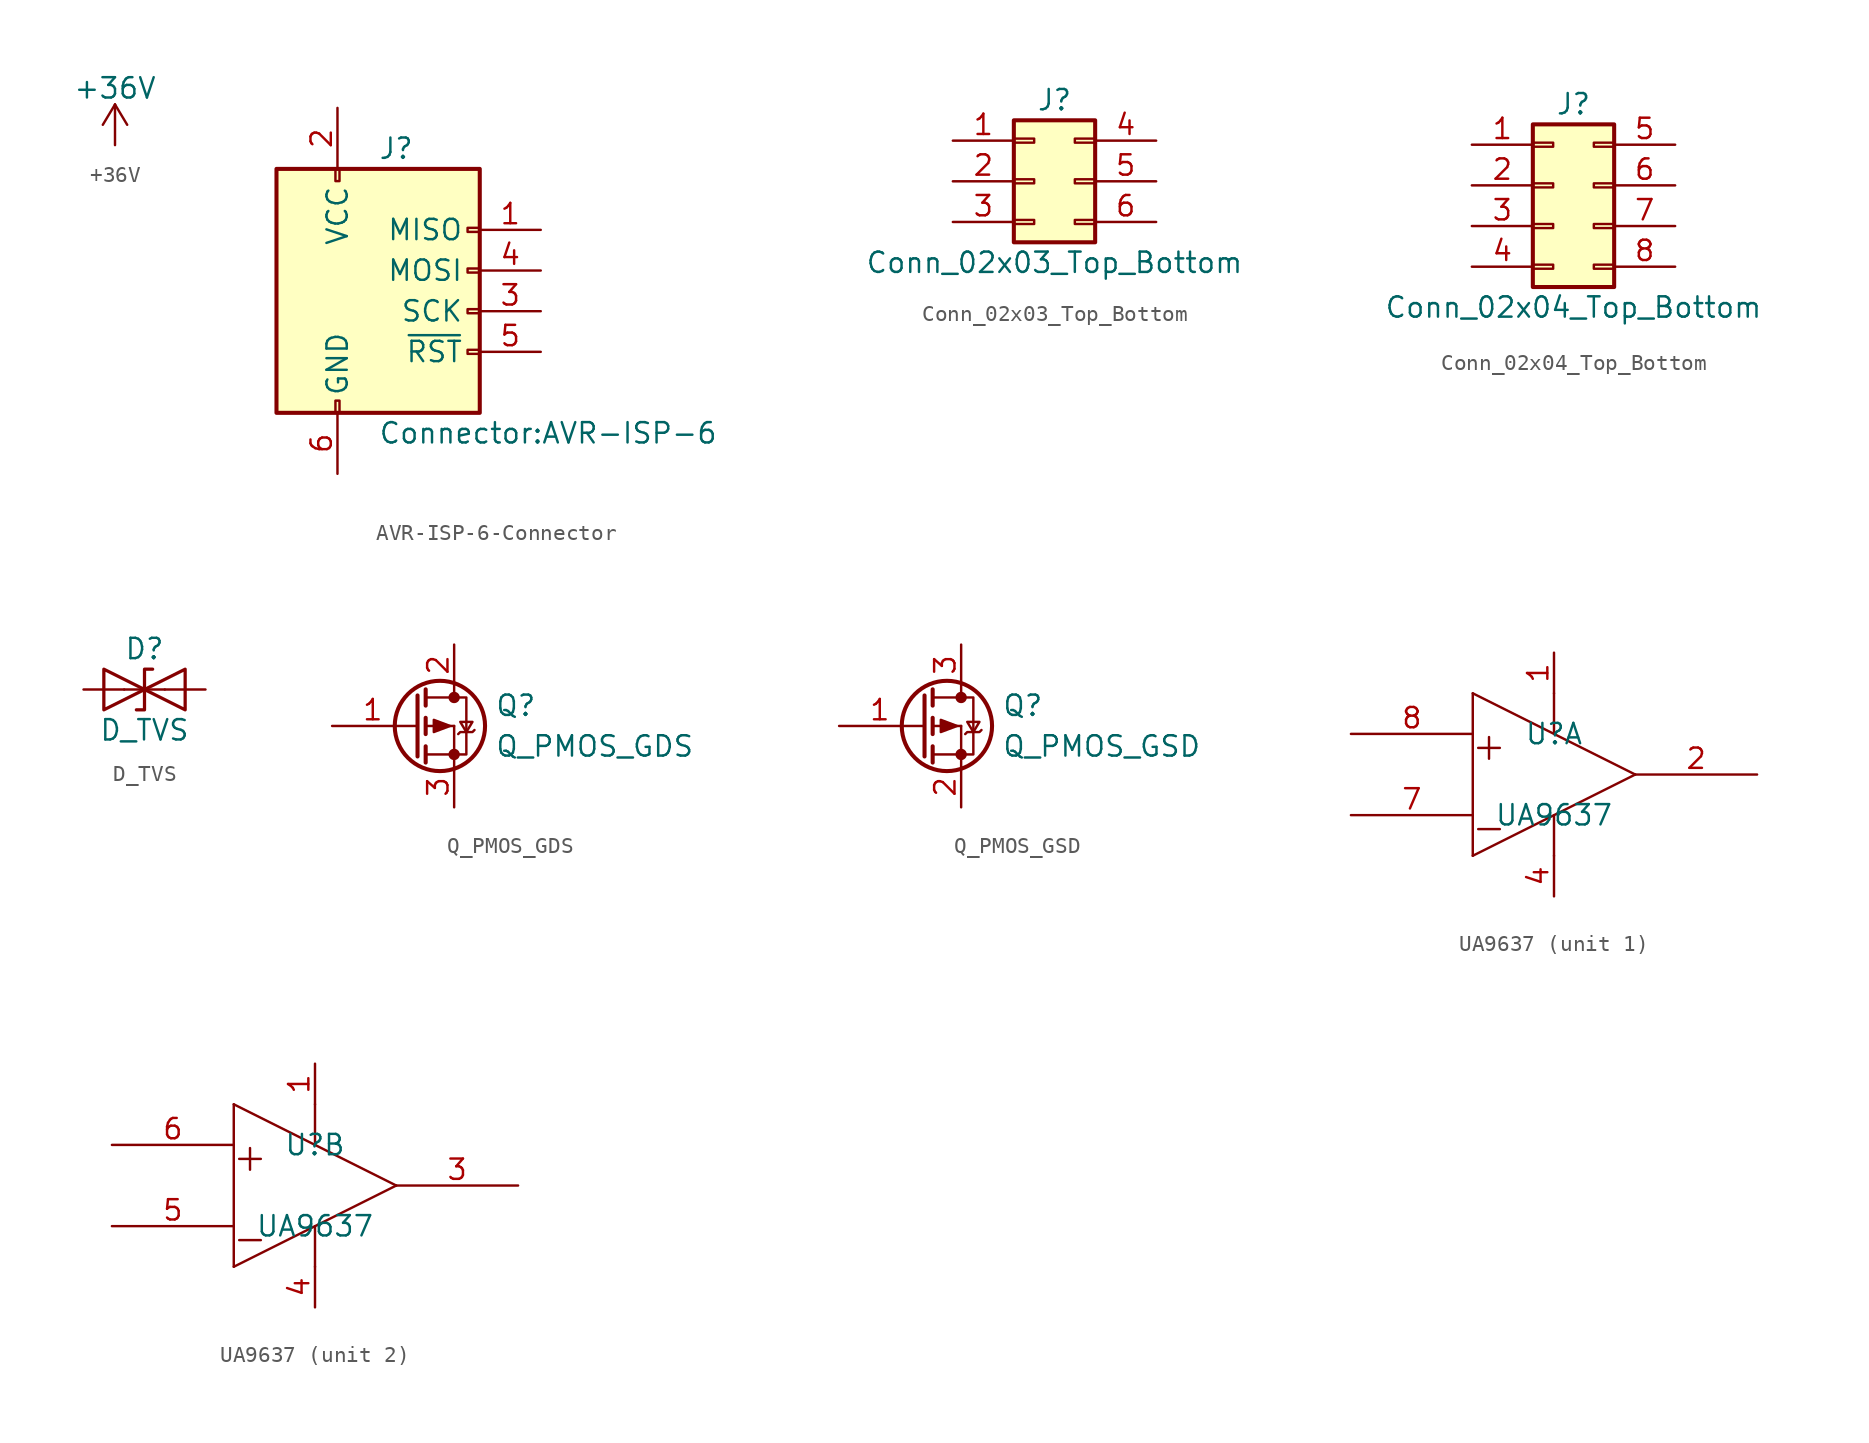
<source format=kicad_sym>
(kicad_symbol_lib
  (version 20231120)
  (generator "kicad_symbol_editor")
  (generator_version "8.0")
  (symbol "+36V"
    (power)
    (pin_names
      (offset 0))
    (property "Reference" "#PWR"
      (at 0 -3.81 0)
      (effects (font (size 1.27 1.27)) (hide yes)))
    (property "Value" "+36V"
      (at 0 3.556 0)
      (effects (font (size 1.27 1.27))))
    (symbol "+36V_0_1"
      (polyline (pts (xy -0.762 1.27) (xy 0 2.54)) (stroke (width 0) (type solid)) (fill (type none)))
      (polyline (pts (xy 0 0) (xy 0 2.54)) (stroke (width 0) (type solid)) (fill (type none)))
      (polyline (pts (xy 0 2.54) (xy 0.762 1.27)) (stroke (width 0) (type solid)) (fill (type none))))
    (symbol "+36V_1_1"
      (pin power_in line (at 0 0 90) (length 0) hide (name "+36V" (effects (font (size 1.27 1.27)))) (number "1" (effects (font (size 1.27 1.27)))))))
  (symbol "AVR-ISP-6-Connector"
    (pin_names
      (offset 1.016))
    (property "Reference" "J"
      (at 0 10.16 0)
      (effects (font (size 1.27 1.27)) (justify left)))
    (property "Value" "Connector:AVR-ISP-6"
      (at 0 -7.62 0)
      (effects (font (size 1.27 1.27)) (justify left)))
    (symbol "AVR-ISP-6-Connector_0_1"
      (rectangle (start -2.667 -5.588) (end -2.413 -6.35) (stroke (width 0) (type solid)) (fill (type none)))
      (rectangle (start -2.667 8.89) (end -2.413 8.128) (stroke (width 0) (type solid)) (fill (type none)))
      (rectangle (start 6.35 -2.413) (end 5.588 -2.667) (stroke (width 0) (type solid)) (fill (type none)))
      (rectangle (start 6.35 0.127) (end 5.588 -0.127) (stroke (width 0) (type solid)) (fill (type none)))
      (rectangle (start 6.35 2.667) (end 5.588 2.413) (stroke (width 0) (type solid)) (fill (type none)))
      (rectangle (start 6.35 5.207) (end 5.588 4.953) (stroke (width 0) (type solid)) (fill (type none)))
      (rectangle (start 6.35 8.89) (end -6.35 -6.35) (stroke (width 0.254) (type solid)) (fill (type background))))
    (symbol "AVR-ISP-6-Connector_1_1"
      (pin passive line (at 10.16 5.08 180) (length 3.81) (name "MISO" (effects (font (size 1.27 1.27)))) (number "1" (effects (font (size 1.27 1.27)))))
      (pin power_in line (at -2.54 12.7 270) (length 3.81) (name "VCC" (effects (font (size 1.27 1.27)))) (number "2" (effects (font (size 1.27 1.27)))))
      (pin passive line (at 10.16 0 180) (length 3.81) (name "SCK" (effects (font (size 1.27 1.27)))) (number "3" (effects (font (size 1.27 1.27)))))
      (pin passive line (at 10.16 2.54 180) (length 3.81) (name "MOSI" (effects (font (size 1.27 1.27)))) (number "4" (effects (font (size 1.27 1.27)))))
      (pin passive line (at 10.16 -2.54 180) (length 3.81) (name "~{RST}" (effects (font (size 1.27 1.27)))) (number "5" (effects (font (size 1.27 1.27)))))
      (pin power_in line (at -2.54 -10.16 90) (length 3.81) (name "GND" (effects (font (size 1.27 1.27)))) (number "6" (effects (font (size 1.27 1.27)))))))
  (symbol "Conn_02x03_Top_Bottom"
    (pin_names
      (offset 1.016) hide)
    (property "Reference" "J"
      (at 1.27 5.08 0)
      (effects (font (size 1.27 1.27))))
    (property "Value" "Conn_02x03_Top_Bottom"
      (at 1.27 -5.08 0)
      (effects (font (size 1.27 1.27))))
    (symbol "Conn_02x03_Top_Bottom_1_1"
      (rectangle (start -1.27 -2.413) (end 0 -2.667) (stroke (width 0.152) (type solid)) (fill (type none)))
      (rectangle (start -1.27 0.127) (end 0 -0.127) (stroke (width 0.152) (type solid)) (fill (type none)))
      (rectangle (start -1.27 2.667) (end 0 2.413) (stroke (width 0.152) (type solid)) (fill (type none)))
      (rectangle (start -1.27 3.81) (end 3.81 -3.81) (stroke (width 0.254) (type solid)) (fill (type background)))
      (rectangle (start 3.81 -2.413) (end 2.54 -2.667) (stroke (width 0.152) (type solid)) (fill (type none)))
      (rectangle (start 3.81 0.127) (end 2.54 -0.127) (stroke (width 0.152) (type solid)) (fill (type none)))
      (rectangle (start 3.81 2.667) (end 2.54 2.413) (stroke (width 0.152) (type solid)) (fill (type none)))
      (pin passive line (at -5.08 2.54 0) (length 3.81) (name "Pin_1" (effects (font (size 1.27 1.27)))) (number "1" (effects (font (size 1.27 1.27)))))
      (pin passive line (at -5.08 0 0) (length 3.81) (name "Pin_2" (effects (font (size 1.27 1.27)))) (number "2" (effects (font (size 1.27 1.27)))))
      (pin passive line (at -5.08 -2.54 0) (length 3.81) (name "Pin_3" (effects (font (size 1.27 1.27)))) (number "3" (effects (font (size 1.27 1.27)))))
      (pin passive line (at 7.62 2.54 180) (length 3.81) (name "Pin_4" (effects (font (size 1.27 1.27)))) (number "4" (effects (font (size 1.27 1.27)))))
      (pin passive line (at 7.62 0 180) (length 3.81) (name "Pin_5" (effects (font (size 1.27 1.27)))) (number "5" (effects (font (size 1.27 1.27)))))
      (pin passive line (at 7.62 -2.54 180) (length 3.81) (name "Pin_6" (effects (font (size 1.27 1.27)))) (number "6" (effects (font (size 1.27 1.27)))))))
  (symbol "Conn_02x04_Top_Bottom"
    (pin_names
      (offset 1.016) hide)
    (property "Reference" "J"
      (at 1.27 5.08 0)
      (effects (font (size 1.27 1.27))))
    (property "Value" "Conn_02x04_Top_Bottom"
      (at 1.27 -7.62 0)
      (effects (font (size 1.27 1.27))))
    (symbol "Conn_02x04_Top_Bottom_1_1"
      (rectangle (start -1.27 -4.953) (end 0 -5.207) (stroke (width 0.152) (type solid)) (fill (type none)))
      (rectangle (start -1.27 -2.413) (end 0 -2.667) (stroke (width 0.152) (type solid)) (fill (type none)))
      (rectangle (start -1.27 0.127) (end 0 -0.127) (stroke (width 0.152) (type solid)) (fill (type none)))
      (rectangle (start -1.27 2.667) (end 0 2.413) (stroke (width 0.152) (type solid)) (fill (type none)))
      (rectangle (start -1.27 3.81) (end 3.81 -6.35) (stroke (width 0.254) (type solid)) (fill (type background)))
      (rectangle (start 3.81 -4.953) (end 2.54 -5.207) (stroke (width 0.152) (type solid)) (fill (type none)))
      (rectangle (start 3.81 -2.413) (end 2.54 -2.667) (stroke (width 0.152) (type solid)) (fill (type none)))
      (rectangle (start 3.81 0.127) (end 2.54 -0.127) (stroke (width 0.152) (type solid)) (fill (type none)))
      (rectangle (start 3.81 2.667) (end 2.54 2.413) (stroke (width 0.152) (type solid)) (fill (type none)))
      (pin passive line (at -5.08 2.54 0) (length 3.81) (name "Pin_1" (effects (font (size 1.27 1.27)))) (number "1" (effects (font (size 1.27 1.27)))))
      (pin passive line (at -5.08 0 0) (length 3.81) (name "Pin_2" (effects (font (size 1.27 1.27)))) (number "2" (effects (font (size 1.27 1.27)))))
      (pin passive line (at -5.08 -2.54 0) (length 3.81) (name "Pin_3" (effects (font (size 1.27 1.27)))) (number "3" (effects (font (size 1.27 1.27)))))
      (pin passive line (at -5.08 -5.08 0) (length 3.81) (name "Pin_4" (effects (font (size 1.27 1.27)))) (number "4" (effects (font (size 1.27 1.27)))))
      (pin passive line (at 7.62 2.54 180) (length 3.81) (name "Pin_5" (effects (font (size 1.27 1.27)))) (number "5" (effects (font (size 1.27 1.27)))))
      (pin passive line (at 7.62 0 180) (length 3.81) (name "Pin_6" (effects (font (size 1.27 1.27)))) (number "6" (effects (font (size 1.27 1.27)))))
      (pin passive line (at 7.62 -2.54 180) (length 3.81) (name "Pin_7" (effects (font (size 1.27 1.27)))) (number "7" (effects (font (size 1.27 1.27)))))
      (pin passive line (at 7.62 -5.08 180) (length 3.81) (name "Pin_8" (effects (font (size 1.27 1.27)))) (number "8" (effects (font (size 1.27 1.27)))))))
  (symbol "D_TVS"
    (pin_numbers hide)
    (pin_names
      (offset 1.016) hide)
    (property "Reference" "D"
      (at 0 2.54 0)
      (effects (font (size 1.27 1.27))))
    (property "Value" "D_TVS"
      (at 0 -2.54 0)
      (effects (font (size 1.27 1.27))))
    (symbol "D_TVS_0_1"
      (polyline (pts (xy 1.27 0) (xy -1.27 0)) (stroke (width 0) (type solid)) (fill (type none)))
      (polyline (pts (xy -2.54 -1.27) (xy 0 0) (xy -2.54 1.27) (xy -2.54 -1.27)) (stroke (width 0.203) (type solid)) (fill (type none)))
      (polyline (pts (xy 0.508 1.27) (xy 0 1.27) (xy 0 -1.27) (xy -0.508 -1.27)) (stroke (width 0.203) (type solid)) (fill (type none)))
      (polyline (pts (xy 2.54 1.27) (xy 2.54 -1.27) (xy 0 0) (xy 2.54 1.27)) (stroke (width 0.203) (type solid)) (fill (type none))))
    (symbol "D_TVS_1_1"
      (pin passive line (at -3.81 0 0) (length 2.54) (name "A1" (effects (font (size 1.27 1.27)))) (number "1" (effects (font (size 1.27 1.27)))))
      (pin passive line (at 3.81 0 180) (length 2.54) (name "A2" (effects (font (size 1.27 1.27)))) (number "2" (effects (font (size 1.27 1.27)))))))
  (symbol "Q_PMOS_GDS"
    (pin_names
      (offset 0) hide)
    (property "Reference" "Q"
      (at 5.08 1.27 0)
      (effects (font (size 1.27 1.27)) (justify left)))
    (property "Value" "Q_PMOS_GDS"
      (at 5.08 -1.27 0)
      (effects (font (size 1.27 1.27)) (justify left)))
    (symbol "Q_PMOS_GDS_0_1"
      (polyline (pts (xy 0.051 0) (xy 0.254 0)) (stroke (width 0) (type solid)) (fill (type none)))
      (polyline (pts (xy 0.762 -1.778) (xy 2.54 -1.778)) (stroke (width 0) (type solid)) (fill (type none)))
      (polyline (pts (xy 0.762 -1.27) (xy 0.762 -2.286)) (stroke (width 0.254) (type solid)) (fill (type none)))
      (polyline (pts (xy 0.762 0) (xy 2.54 0)) (stroke (width 0) (type solid)) (fill (type none)))
      (polyline (pts (xy 0.762 0.508) (xy 0.762 -0.508)) (stroke (width 0.254) (type solid)) (fill (type none)))
      (polyline (pts (xy 0.762 1.778) (xy 2.54 1.778)) (stroke (width 0) (type solid)) (fill (type none)))
      (polyline (pts (xy 0.762 2.286) (xy 0.762 1.27)) (stroke (width 0.254) (type solid)) (fill (type none)))
      (polyline (pts (xy 2.54 -1.778) (xy 2.54 -2.54)) (stroke (width 0) (type solid)) (fill (type none)))
      (polyline (pts (xy 2.54 -1.778) (xy 2.54 0)) (stroke (width 0) (type solid)) (fill (type none)))
      (polyline (pts (xy 2.54 2.54) (xy 2.54 1.778)) (stroke (width 0) (type solid)) (fill (type none)))
      (polyline (pts (xy 0.254 1.905) (xy 0.254 -1.905) (xy 0.254 -1.905)) (stroke (width 0.254) (type solid)) (fill (type none)))
      (polyline (pts (xy 2.286 0) (xy 1.27 -0.381) (xy 1.27 0.381) (xy 2.286 0)) (stroke (width 0) (type solid)) (fill (type outline)))
      (polyline (pts (xy 2.54 -1.778) (xy 3.302 -1.778) (xy 3.302 1.778) (xy 2.54 1.778)) (stroke (width 0) (type solid)) (fill (type none)))
      (polyline (pts (xy 2.794 -0.508) (xy 2.921 -0.381) (xy 3.683 -0.381) (xy 3.81 -0.254)) (stroke (width 0) (type solid)) (fill (type none)))
      (polyline (pts (xy 3.302 -0.381) (xy 2.921 0.254) (xy 3.683 0.254) (xy 3.302 -0.381)) (stroke (width 0) (type solid)) (fill (type none)))
      (circle (center 1.651 0) (radius 2.819) (stroke (width 0.254) (type solid)) (fill (type none)))
      (circle (center 2.54 -1.778) (radius 0.279) (stroke (width 0) (type solid)) (fill (type outline)))
      (circle (center 2.54 1.778) (radius 0.279) (stroke (width 0) (type solid)) (fill (type outline))))
    (symbol "Q_PMOS_GDS_1_1"
      (pin input line (at -5.08 0 0) (length 5.08) (name "G" (effects (font (size 1.27 1.27)))) (number "1" (effects (font (size 1.27 1.27)))))
      (pin passive line (at 2.54 5.08 270) (length 2.54) (name "D" (effects (font (size 1.27 1.27)))) (number "2" (effects (font (size 1.27 1.27)))))
      (pin passive line (at 2.54 -5.08 90) (length 2.54) (name "S" (effects (font (size 1.27 1.27)))) (number "3" (effects (font (size 1.27 1.27)))))))
  (symbol "Q_PMOS_GSD"
    (pin_names
      (offset 0) hide)
    (property "Reference" "Q"
      (at 5.08 1.27 0)
      (effects (font (size 1.27 1.27)) (justify left)))
    (property "Value" "Q_PMOS_GSD"
      (at 5.08 -1.27 0)
      (effects (font (size 1.27 1.27)) (justify left)))
    (symbol "Q_PMOS_GSD_0_1"
      (polyline (pts (xy 0.051 0) (xy 0.254 0)) (stroke (width 0) (type solid)) (fill (type none)))
      (polyline (pts (xy 0.762 -1.778) (xy 2.54 -1.778)) (stroke (width 0) (type solid)) (fill (type none)))
      (polyline (pts (xy 0.762 -1.27) (xy 0.762 -2.286)) (stroke (width 0.254) (type solid)) (fill (type none)))
      (polyline (pts (xy 0.762 0) (xy 2.54 0)) (stroke (width 0) (type solid)) (fill (type none)))
      (polyline (pts (xy 0.762 0.508) (xy 0.762 -0.508)) (stroke (width 0.254) (type solid)) (fill (type none)))
      (polyline (pts (xy 0.762 1.778) (xy 2.54 1.778)) (stroke (width 0) (type solid)) (fill (type none)))
      (polyline (pts (xy 0.762 2.286) (xy 0.762 1.27)) (stroke (width 0.254) (type solid)) (fill (type none)))
      (polyline (pts (xy 2.54 -1.778) (xy 2.54 -2.54)) (stroke (width 0) (type solid)) (fill (type none)))
      (polyline (pts (xy 2.54 -1.778) (xy 2.54 0)) (stroke (width 0) (type solid)) (fill (type none)))
      (polyline (pts (xy 2.54 2.54) (xy 2.54 1.778)) (stroke (width 0) (type solid)) (fill (type none)))
      (polyline (pts (xy 0.254 1.905) (xy 0.254 -1.905) (xy 0.254 -1.905)) (stroke (width 0.254) (type solid)) (fill (type none)))
      (polyline (pts (xy 2.286 0) (xy 1.27 -0.381) (xy 1.27 0.381) (xy 2.286 0)) (stroke (width 0) (type solid)) (fill (type outline)))
      (polyline (pts (xy 2.54 -1.778) (xy 3.302 -1.778) (xy 3.302 1.778) (xy 2.54 1.778)) (stroke (width 0) (type solid)) (fill (type none)))
      (polyline (pts (xy 2.794 -0.508) (xy 2.921 -0.381) (xy 3.683 -0.381) (xy 3.81 -0.254)) (stroke (width 0) (type solid)) (fill (type none)))
      (polyline (pts (xy 3.302 -0.381) (xy 2.921 0.254) (xy 3.683 0.254) (xy 3.302 -0.381)) (stroke (width 0) (type solid)) (fill (type none)))
      (circle (center 1.651 0) (radius 2.819) (stroke (width 0.254) (type solid)) (fill (type none)))
      (circle (center 2.54 -1.778) (radius 0.279) (stroke (width 0) (type solid)) (fill (type outline)))
      (circle (center 2.54 1.778) (radius 0.279) (stroke (width 0) (type solid)) (fill (type outline))))
    (symbol "Q_PMOS_GSD_1_1"
      (pin input line (at -5.08 0 0) (length 5.08) (name "G" (effects (font (size 1.27 1.27)))) (number "1" (effects (font (size 1.27 1.27)))))
      (pin passive line (at 2.54 -5.08 90) (length 2.54) (name "S" (effects (font (size 1.27 1.27)))) (number "2" (effects (font (size 1.27 1.27)))))
      (pin passive line (at 2.54 5.08 270) (length 2.54) (name "D" (effects (font (size 1.27 1.27)))) (number "3" (effects (font (size 1.27 1.27)))))))
  (symbol "UA9637"
    (pin_names
      (offset 1.016) hide)
    (property "Reference" "U"
      (at 0 2.54 0)
      (effects (font (size 1.27 1.27))))
    (property "Value" "UA9637"
      (at 0 -2.54 0)
      (effects (font (size 1.27 1.27))))
    (symbol "UA9637_0_1"
      (polyline (pts (xy -5.08 5.08) (xy -5.08 -5.08)) (stroke (width 0) (type solid)) (fill (type none)))
      (polyline (pts (xy -5.08 5.08) (xy 5.08 0)) (stroke (width 0) (type solid)) (fill (type none)))
      (polyline (pts (xy 0 -2.54) (xy 0 -5.08)) (stroke (width 0) (type solid)) (fill (type none)))
      (polyline (pts (xy 0 5.08) (xy 0 2.54)) (stroke (width 0) (type solid)) (fill (type none)))
      (polyline (pts (xy 5.08 0) (xy -5.08 -5.08)) (stroke (width 0) (type solid)) (fill (type none)))
      (text "+" (at -4.064 1.803 0) (effects (font (size 1.778 1.778))))
      (text "-" (at -4.064 -3.277 0) (effects (font (size 1.778 1.778)))))
    (symbol "UA9637_1_1"
      (pin input line (at 0 7.62 270) (length 2.54) (name "VCC" (effects (font (size 1.27 1.27)))) (number "1" (effects (font (size 1.27 1.27)))))
      (pin output line (at 12.7 0 180) (length 7.62) (name "OUT" (effects (font (size 1.27 1.27)))) (number "2" (effects (font (size 1.27 1.27)))))
      (pin input line (at 0 -7.62 90) (length 2.54) (name "GND" (effects (font (size 1.27 1.27)))) (number "4" (effects (font (size 1.27 1.27)))))
      (pin input line (at -12.7 -2.54 0) (length 7.62) (name "IN-" (effects (font (size 1.27 1.27)))) (number "7" (effects (font (size 1.27 1.27)))))
      (pin input line (at -12.7 2.54 0) (length 7.62) (name "IN+" (effects (font (size 1.27 1.27)))) (number "8" (effects (font (size 1.27 1.27))))))
    (symbol "UA9637_2_1"
      (pin input line (at 0 7.62 270) (length 2.54) (name "VCC" (effects (font (size 1.27 1.27)))) (number "1" (effects (font (size 1.27 1.27)))))
      (pin output line (at 12.7 0 180) (length 7.62) (name "OUT" (effects (font (size 1.27 1.27)))) (number "3" (effects (font (size 1.27 1.27)))))
      (pin input line (at 0 -7.62 90) (length 2.54) (name "GND" (effects (font (size 1.27 1.27)))) (number "4" (effects (font (size 1.27 1.27)))))
      (pin input line (at -12.7 -2.54 0) (length 7.62) (name "IN-" (effects (font (size 1.27 1.27)))) (number "5" (effects (font (size 1.27 1.27)))))
      (pin input line (at -12.7 2.54 0) (length 7.62) (name "IN+" (effects (font (size 1.27 1.27)))) (number "6" (effects (font (size 1.27 1.27))))))))
</source>
